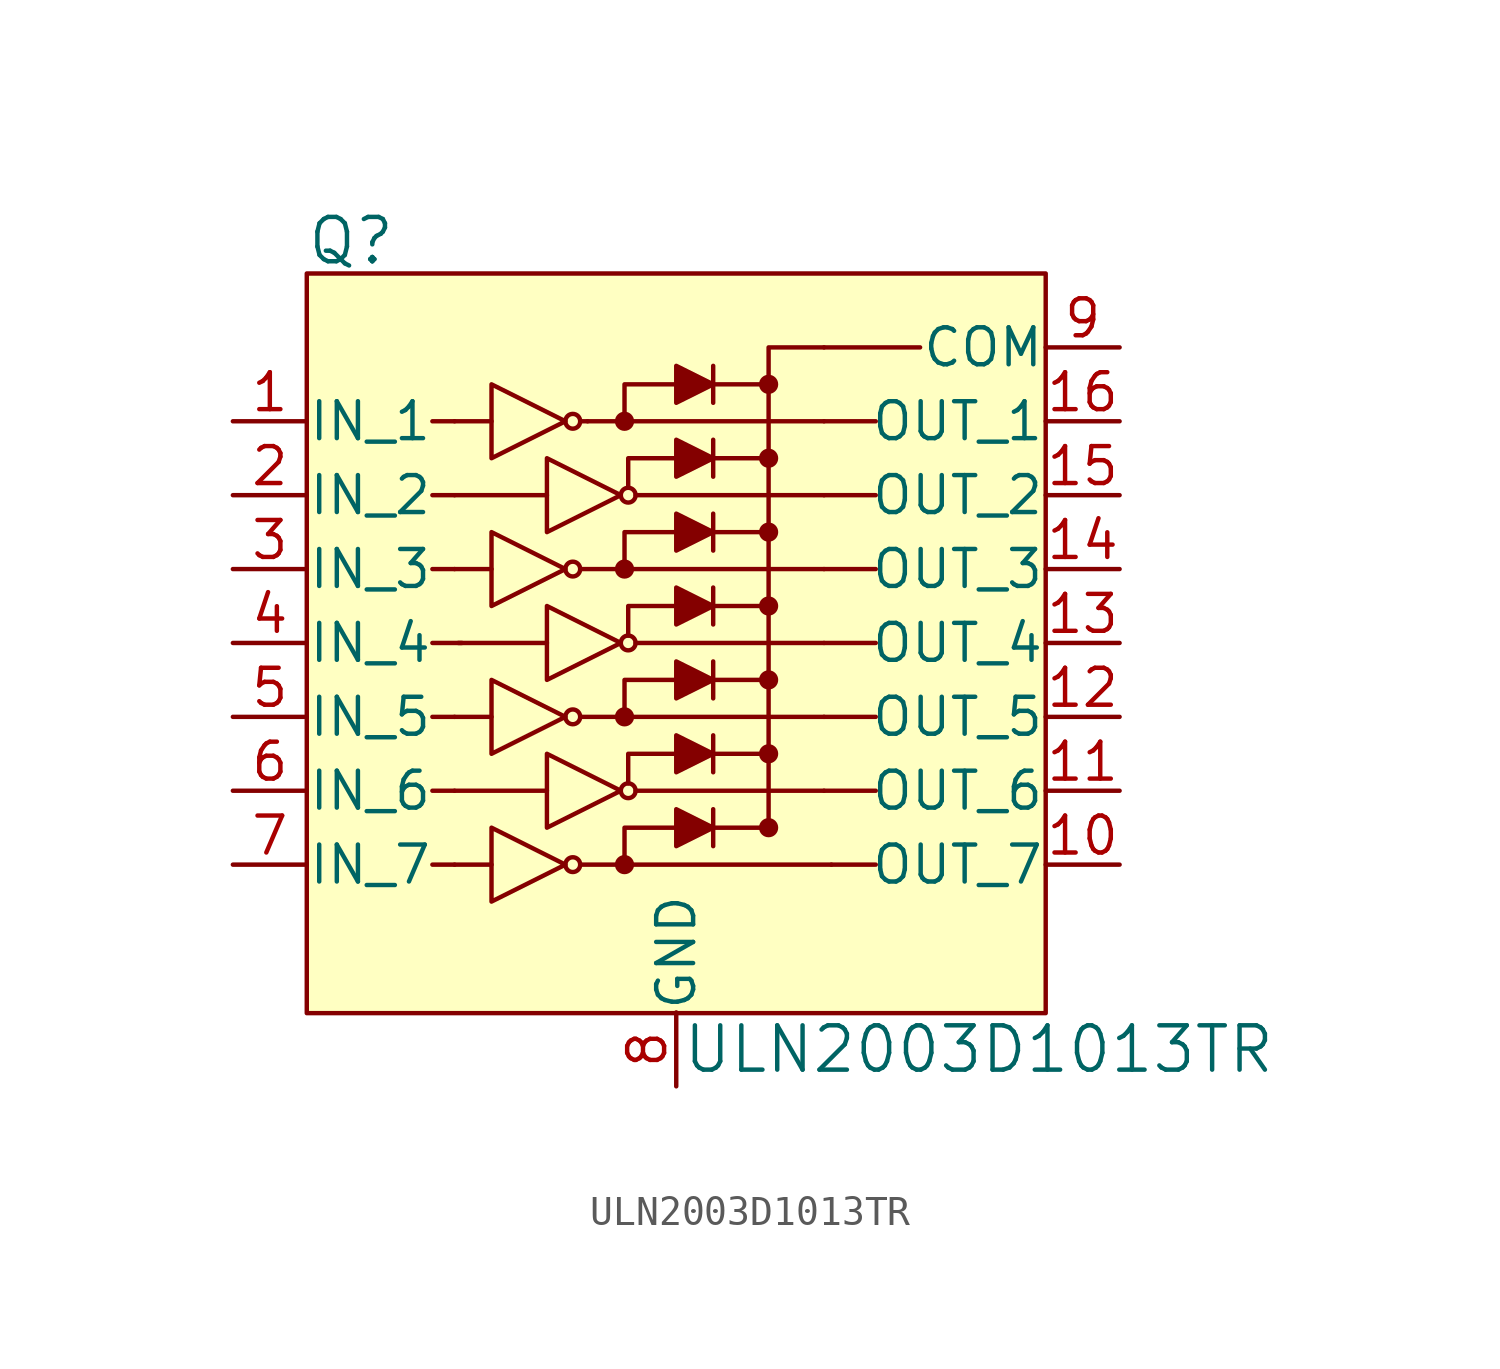
<source format=kicad_sym>
(kicad_symbol_lib
  (version 20201005)
  (generator kicad_symbol_editor)
  (symbol "ULN2003D1013TR"
    (pin_names
      (offset 0.025))
    (property "Reference" "Q"
      (at -12.725 13.818 0)
      (effects (font (size 1.524 1.524)) (justify left)))
    (property "Value" "ULN2003D1013TR"
      (at 0.178 -13.97 0)
      (effects (font (size 1.524 1.524)) (justify left)))
    (symbol "ULN2003D1013TR_0_1"
      (polyline (pts (xy -7.62 -7.62) (xy -8.382 -7.62)) (stroke (width 0)) (fill (type none)))
      (polyline (pts (xy -7.62 -5.08) (xy -8.382 -5.08)) (stroke (width 0)) (fill (type none)))
      (polyline (pts (xy -7.62 -2.54) (xy -8.382 -2.54)) (stroke (width 0)) (fill (type none)))
      (polyline (pts (xy -7.62 2.54) (xy -8.382 2.54)) (stroke (width 0)) (fill (type none)))
      (polyline (pts (xy -7.62 5.08) (xy -8.382 5.08)) (stroke (width 0)) (fill (type none)))
      (polyline (pts (xy -7.62 7.62) (xy -8.382 7.62)) (stroke (width 0)) (fill (type none)))
      (polyline (pts (xy -7.366 0) (xy -8.382 0)) (stroke (width 0)) (fill (type none)))
      (polyline (pts (xy 5.08 -5.08) (xy 6.858 -5.08)) (stroke (width 0)) (fill (type none)))
      (polyline (pts (xy 5.08 -2.54) (xy 6.858 -2.54)) (stroke (width 0)) (fill (type none)))
      (polyline (pts (xy 5.08 0) (xy 6.858 0)) (stroke (width 0)) (fill (type none)))
      (polyline (pts (xy 5.08 2.54) (xy 6.858 2.54)) (stroke (width 0)) (fill (type none)))
      (polyline (pts (xy 5.08 5.08) (xy 6.858 5.08)) (stroke (width 0)) (fill (type none)))
      (polyline (pts (xy 5.08 7.62) (xy 6.858 7.62)) (stroke (width 0)) (fill (type none)))
      (polyline (pts (xy 5.08 10.16) (xy 8.382 10.16)) (stroke (width 0)) (fill (type none)))
      (polyline (pts (xy 5.334 -7.62) (xy 6.858 -7.62)) (stroke (width 0)) (fill (type none))))
    (symbol "ULN2003D1013TR_1_1"
      (circle (center -3.556 -7.62) (radius 0.254) (stroke (width 0)) (fill (type none)))
      (circle (center -3.556 -2.54) (radius 0.254) (stroke (width 0)) (fill (type none)))
      (circle (center -3.556 2.54) (radius 0.254) (stroke (width 0)) (fill (type none)))
      (circle (center -3.556 7.62) (radius 0.254) (stroke (width 0)) (fill (type none)))
      (circle (center -1.778 -7.62) (radius 0.254) (stroke (width 0)) (fill (type outline)))
      (circle (center -1.778 -2.54) (radius 0.254) (stroke (width 0)) (fill (type outline)))
      (circle (center -1.778 2.54) (radius 0.254) (stroke (width 0)) (fill (type outline)))
      (circle (center -1.778 7.62) (radius 0.254) (stroke (width 0)) (fill (type outline)))
      (circle (center -1.651 -5.08) (radius 0.254) (stroke (width 0)) (fill (type none)))
      (circle (center -1.651 0) (radius 0.254) (stroke (width 0)) (fill (type none)))
      (circle (center -1.651 5.08) (radius 0.254) (stroke (width 0)) (fill (type none)))
      (circle (center 3.175 -6.35) (radius 0.254) (stroke (width 0)) (fill (type outline)))
      (circle (center 3.175 -3.81) (radius 0.254) (stroke (width 0)) (fill (type outline)))
      (circle (center 3.175 -1.27) (radius 0.254) (stroke (width 0)) (fill (type outline)))
      (circle (center 3.175 1.27) (radius 0.254) (stroke (width 0)) (fill (type outline)))
      (circle (center 3.175 3.81) (radius 0.254) (stroke (width 0)) (fill (type outline)))
      (circle (center 3.175 6.35) (radius 0.254) (stroke (width 0)) (fill (type outline)))
      (circle (center 3.175 8.89) (radius 0.254) (stroke (width 0)) (fill (type outline)))
      (rectangle (start -12.7 12.7) (end 12.7 -12.725) (stroke (width 0)) (fill (type background)))
      (polyline (pts (xy -7.62 -5.08) (xy -4.445 -5.08)) (stroke (width 0)) (fill (type none)))
      (polyline (pts (xy -7.62 5.08) (xy -4.445 5.08)) (stroke (width 0)) (fill (type none)))
      (polyline (pts (xy -7.493 0) (xy -4.445 0)) (stroke (width 0)) (fill (type none)))
      (polyline (pts (xy -6.35 -7.62) (xy -7.62 -7.62)) (stroke (width 0)) (fill (type none)))
      (polyline (pts (xy -6.35 -2.54) (xy -7.62 -2.54)) (stroke (width 0)) (fill (type none)))
      (polyline (pts (xy -6.35 2.54) (xy -7.62 2.54)) (stroke (width 0)) (fill (type none)))
      (polyline (pts (xy -6.35 7.62) (xy -7.62 7.62)) (stroke (width 0)) (fill (type none)))
      (polyline (pts (xy -3.302 -7.62) (xy 5.334 -7.62)) (stroke (width 0)) (fill (type none)))
      (polyline (pts (xy -3.302 -2.54) (xy 5.08 -2.54)) (stroke (width 0)) (fill (type none)))
      (polyline (pts (xy -3.302 2.54) (xy 5.08 2.54)) (stroke (width 0)) (fill (type none)))
      (polyline (pts (xy -3.302 7.62) (xy -3.048 7.62)) (stroke (width 0)) (fill (type none)))
      (polyline (pts (xy -3.048 7.62) (xy 5.08 7.62)) (stroke (width 0)) (fill (type none)))
      (polyline (pts (xy -1.397 -5.08) (xy 5.08 -5.08)) (stroke (width 0)) (fill (type none)))
      (polyline (pts (xy -1.397 0) (xy 5.08 0)) (stroke (width 0)) (fill (type none)))
      (polyline (pts (xy -1.397 5.08) (xy 5.08 5.08)) (stroke (width 0)) (fill (type none)))
      (polyline (pts (xy 1.27 -5.715) (xy 1.27 -6.985)) (stroke (width 0)) (fill (type none)))
      (polyline (pts (xy 1.27 -3.81) (xy 3.175 -3.81)) (stroke (width 0)) (fill (type none)))
      (polyline (pts (xy 1.27 -3.175) (xy 1.27 -4.445)) (stroke (width 0)) (fill (type none)))
      (polyline (pts (xy 1.27 -1.27) (xy 3.175 -1.27)) (stroke (width 0)) (fill (type none)))
      (polyline (pts (xy 1.27 -0.635) (xy 1.27 -1.905)) (stroke (width 0)) (fill (type none)))
      (polyline (pts (xy 1.27 1.27) (xy 3.175 1.27)) (stroke (width 0)) (fill (type none)))
      (polyline (pts (xy 1.27 1.905) (xy 1.27 0.635)) (stroke (width 0)) (fill (type none)))
      (polyline (pts (xy 1.27 3.81) (xy 3.175 3.81)) (stroke (width 0)) (fill (type none)))
      (polyline (pts (xy 1.27 4.445) (xy 1.27 3.175)) (stroke (width 0)) (fill (type none)))
      (polyline (pts (xy 1.27 6.35) (xy 3.175 6.35)) (stroke (width 0)) (fill (type none)))
      (polyline (pts (xy 1.27 6.985) (xy 1.27 5.715)) (stroke (width 0)) (fill (type none)))
      (polyline (pts (xy 1.27 8.89) (xy 3.175 8.89)) (stroke (width 0)) (fill (type none)))
      (polyline (pts (xy 1.27 9.525) (xy 1.27 8.255)) (stroke (width 0)) (fill (type none)))
      (polyline (pts (xy 3.175 -6.35) (xy 1.27 -6.35)) (stroke (width 0)) (fill (type none)))
      (polyline (pts (xy -1.778 -7.62) (xy -1.778 -6.35) (xy 0 -6.35)) (stroke (width 0)) (fill (type none)))
      (polyline (pts (xy -1.778 -2.54) (xy -1.778 -1.27) (xy 0 -1.27)) (stroke (width 0)) (fill (type none)))
      (polyline (pts (xy -1.778 2.54) (xy -1.778 3.81) (xy 0 3.81)) (stroke (width 0)) (fill (type none)))
      (polyline (pts (xy -1.651 -4.826) (xy -1.651 -3.81) (xy 0 -3.81)) (stroke (width 0)) (fill (type none)))
      (polyline (pts (xy -1.651 0.254) (xy -1.651 1.27) (xy 0.127 1.27)) (stroke (width 0)) (fill (type none)))
      (polyline (pts (xy -1.651 5.334) (xy -1.651 6.35) (xy 0.127 6.35)) (stroke (width 0)) (fill (type none)))
      (polyline (pts (xy 0 8.89) (xy -1.778 8.89) (xy -1.778 7.62)) (stroke (width 0)) (fill (type none)))
      (polyline (pts (xy 3.175 -6.35) (xy 3.175 10.16) (xy 5.08 10.16)) (stroke (width 0)) (fill (type none)))
      (polyline (pts (xy -6.35 -6.35) (xy -6.35 -8.89) (xy -3.81 -7.62) (xy -6.35 -6.35)) (stroke (width 0)) (fill (type none)))
      (polyline (pts (xy -6.35 -1.27) (xy -6.35 -3.81) (xy -3.81 -2.54) (xy -6.35 -1.27)) (stroke (width 0)) (fill (type none)))
      (polyline (pts (xy -6.35 3.81) (xy -6.35 1.27) (xy -3.81 2.54) (xy -6.35 3.81)) (stroke (width 0)) (fill (type none)))
      (polyline (pts (xy -6.35 8.89) (xy -6.35 6.35) (xy -3.81 7.62) (xy -6.35 8.89)) (stroke (width 0)) (fill (type none)))
      (polyline (pts (xy -4.445 -3.81) (xy -4.445 -6.35) (xy -1.905 -5.08) (xy -4.445 -3.81)) (stroke (width 0)) (fill (type none)))
      (polyline (pts (xy -4.445 1.27) (xy -4.445 -1.27) (xy -1.905 0) (xy -4.445 1.27)) (stroke (width 0)) (fill (type none)))
      (polyline (pts (xy -4.445 6.35) (xy -4.445 3.81) (xy -1.905 5.08) (xy -4.445 6.35)) (stroke (width 0)) (fill (type none)))
      (polyline (pts (xy 0 -5.715) (xy 0 -6.985) (xy 1.27 -6.35) (xy 0 -5.715)) (stroke (width 0)) (fill (type outline)))
      (polyline (pts (xy 0 -3.175) (xy 0 -4.445) (xy 1.27 -3.81) (xy 0 -3.175)) (stroke (width 0)) (fill (type outline)))
      (polyline (pts (xy 0 -0.635) (xy 0 -1.905) (xy 1.27 -1.27) (xy 0 -0.635)) (stroke (width 0)) (fill (type outline)))
      (polyline (pts (xy 0 1.905) (xy 0 0.635) (xy 1.27 1.27) (xy 0 1.905)) (stroke (width 0)) (fill (type outline)))
      (polyline (pts (xy 0 4.445) (xy 0 3.175) (xy 1.27 3.81) (xy 0 4.445)) (stroke (width 0)) (fill (type outline)))
      (polyline (pts (xy 0 6.985) (xy 0 5.715) (xy 1.27 6.35) (xy 0 6.985)) (stroke (width 0)) (fill (type outline)))
      (polyline (pts (xy 0 9.525) (xy 0 8.255) (xy 1.27 8.89) (xy 0 9.525)) (stroke (width 0)) (fill (type outline)))
      (pin input line (at -15.24 7.62 0) (length 2.54) (name "IN_1" (effects (font (size 1.27 1.27)))) (number "1" (effects (font (size 1.27 1.27)))))
      (pin input line (at -15.24 5.08 0) (length 2.54) (name "IN_2" (effects (font (size 1.27 1.27)))) (number "2" (effects (font (size 1.27 1.27)))))
      (pin input line (at -15.24 2.54 0) (length 2.54) (name "IN_3" (effects (font (size 1.27 1.27)))) (number "3" (effects (font (size 1.27 1.27)))))
      (pin input line (at -15.24 0 0) (length 2.54) (name "IN_4" (effects (font (size 1.27 1.27)))) (number "4" (effects (font (size 1.27 1.27)))))
      (pin input line (at -15.24 -2.54 0) (length 2.54) (name "IN_5" (effects (font (size 1.27 1.27)))) (number "5" (effects (font (size 1.27 1.27)))))
      (pin input line (at -15.24 -5.08 0) (length 2.54) (name "IN_6" (effects (font (size 1.27 1.27)))) (number "6" (effects (font (size 1.27 1.27)))))
      (pin input line (at -15.24 -7.62 0) (length 2.54) (name "IN_7" (effects (font (size 1.27 1.27)))) (number "7" (effects (font (size 1.27 1.27)))))
      (pin power_in line (at 0 -15.24 90) (length 2.54) (name "GND" (effects (font (size 1.27 1.27)))) (number "8" (effects (font (size 1.27 1.27)))))
      (pin output line (at 15.24 10.16 180) (length 2.54) (name "COM" (effects (font (size 1.27 1.27)))) (number "9" (effects (font (size 1.27 1.27)))))
      (pin output line (at 15.24 -7.62 180) (length 2.54) (name "OUT_7" (effects (font (size 1.27 1.27)))) (number "10" (effects (font (size 1.27 1.27)))))
      (pin output line (at 15.24 -5.08 180) (length 2.54) (name "OUT_6" (effects (font (size 1.27 1.27)))) (number "11" (effects (font (size 1.27 1.27)))))
      (pin output line (at 15.24 -2.54 180) (length 2.54) (name "OUT_5" (effects (font (size 1.27 1.27)))) (number "12" (effects (font (size 1.27 1.27)))))
      (pin output line (at 15.24 0 180) (length 2.54) (name "OUT_4" (effects (font (size 1.27 1.27)))) (number "13" (effects (font (size 1.27 1.27)))))
      (pin output line (at 15.24 2.54 180) (length 2.54) (name "OUT_3" (effects (font (size 1.27 1.27)))) (number "14" (effects (font (size 1.27 1.27)))))
      (pin output line (at 15.24 5.08 180) (length 2.54) (name "OUT_2" (effects (font (size 1.27 1.27)))) (number "15" (effects (font (size 1.27 1.27)))))
      (pin output line (at 15.24 7.62 180) (length 2.54) (name "OUT_1" (effects (font (size 1.27 1.27)))) (number "16" (effects (font (size 1.27 1.27))))))))
</source>
